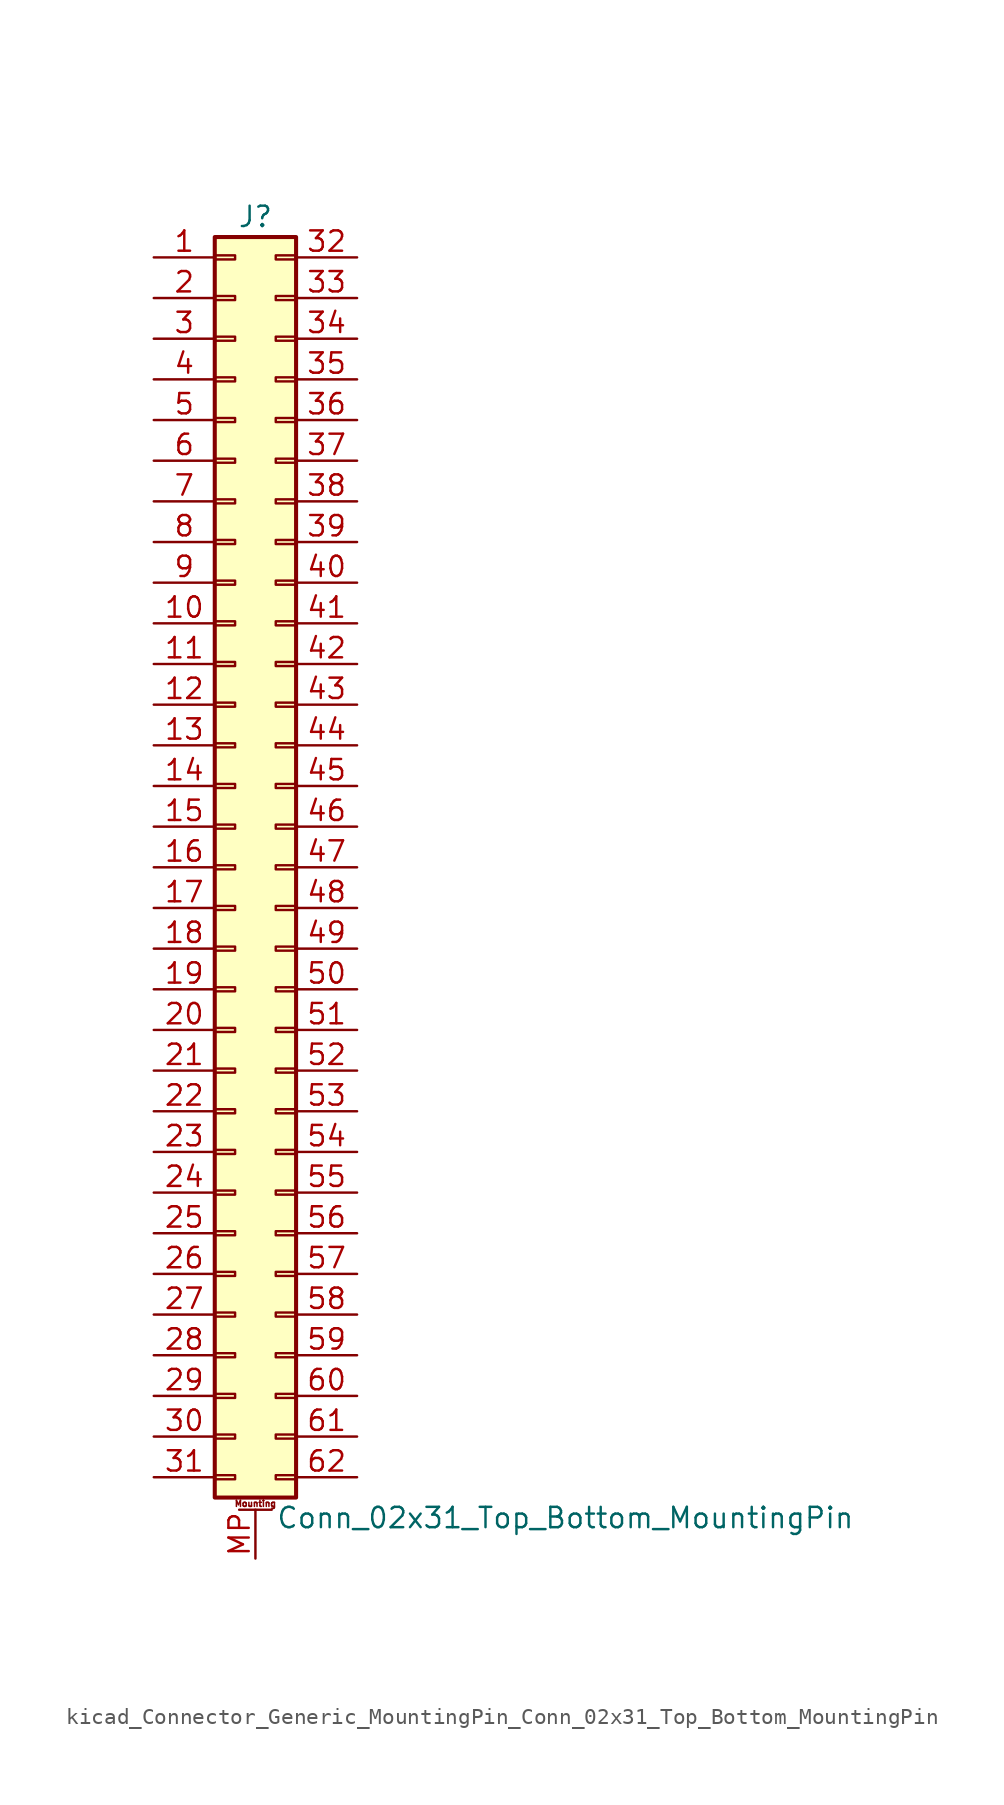
<source format=kicad_sym>
(kicad_symbol_lib
  (version 20220914)
  (generator kicad_symbol_editor)
  (symbol "kicad_Connector_Generic_MountingPin_Conn_02x31_Top_Bottom_MountingPin"
    (pin_names
      (offset 1.016) hide)
    (property "Reference" "J"
      (at 1.27 40.64 0)
      (effects (font (size 1.27 1.27))))
    (property "Value" "Conn_02x31_Top_Bottom_MountingPin"
      (at 2.54 -40.64 0)
      (effects (font (size 1.27 1.27)) (justify left)))
    (symbol "kicad_Connector_Generic_MountingPin_Conn_02x31_Top_Bottom_MountingPin_1_1"
      (rectangle (start -1.27 -37.973) (end 0 -38.227) (stroke (width 0.152) (type default)) (fill (type none)))
      (rectangle (start -1.27 -35.433) (end 0 -35.687) (stroke (width 0.152) (type default)) (fill (type none)))
      (rectangle (start -1.27 -32.893) (end 0 -33.147) (stroke (width 0.152) (type default)) (fill (type none)))
      (rectangle (start -1.27 -30.353) (end 0 -30.607) (stroke (width 0.152) (type default)) (fill (type none)))
      (rectangle (start -1.27 -27.813) (end 0 -28.067) (stroke (width 0.152) (type default)) (fill (type none)))
      (rectangle (start -1.27 -25.273) (end 0 -25.527) (stroke (width 0.152) (type default)) (fill (type none)))
      (rectangle (start -1.27 -22.733) (end 0 -22.987) (stroke (width 0.152) (type default)) (fill (type none)))
      (rectangle (start -1.27 -20.193) (end 0 -20.447) (stroke (width 0.152) (type default)) (fill (type none)))
      (rectangle (start -1.27 -17.653) (end 0 -17.907) (stroke (width 0.152) (type default)) (fill (type none)))
      (rectangle (start -1.27 -15.113) (end 0 -15.367) (stroke (width 0.152) (type default)) (fill (type none)))
      (rectangle (start -1.27 -12.573) (end 0 -12.827) (stroke (width 0.152) (type default)) (fill (type none)))
      (rectangle (start -1.27 -10.033) (end 0 -10.287) (stroke (width 0.152) (type default)) (fill (type none)))
      (rectangle (start -1.27 -7.493) (end 0 -7.747) (stroke (width 0.152) (type default)) (fill (type none)))
      (rectangle (start -1.27 -4.953) (end 0 -5.207) (stroke (width 0.152) (type default)) (fill (type none)))
      (rectangle (start -1.27 -2.413) (end 0 -2.667) (stroke (width 0.152) (type default)) (fill (type none)))
      (rectangle (start -1.27 0.127) (end 0 -0.127) (stroke (width 0.152) (type default)) (fill (type none)))
      (rectangle (start -1.27 2.667) (end 0 2.413) (stroke (width 0.152) (type default)) (fill (type none)))
      (rectangle (start -1.27 5.207) (end 0 4.953) (stroke (width 0.152) (type default)) (fill (type none)))
      (rectangle (start -1.27 7.747) (end 0 7.493) (stroke (width 0.152) (type default)) (fill (type none)))
      (rectangle (start -1.27 10.287) (end 0 10.033) (stroke (width 0.152) (type default)) (fill (type none)))
      (rectangle (start -1.27 12.827) (end 0 12.573) (stroke (width 0.152) (type default)) (fill (type none)))
      (rectangle (start -1.27 15.367) (end 0 15.113) (stroke (width 0.152) (type default)) (fill (type none)))
      (rectangle (start -1.27 17.907) (end 0 17.653) (stroke (width 0.152) (type default)) (fill (type none)))
      (rectangle (start -1.27 20.447) (end 0 20.193) (stroke (width 0.152) (type default)) (fill (type none)))
      (rectangle (start -1.27 22.987) (end 0 22.733) (stroke (width 0.152) (type default)) (fill (type none)))
      (rectangle (start -1.27 25.527) (end 0 25.273) (stroke (width 0.152) (type default)) (fill (type none)))
      (rectangle (start -1.27 28.067) (end 0 27.813) (stroke (width 0.152) (type default)) (fill (type none)))
      (rectangle (start -1.27 30.607) (end 0 30.353) (stroke (width 0.152) (type default)) (fill (type none)))
      (rectangle (start -1.27 33.147) (end 0 32.893) (stroke (width 0.152) (type default)) (fill (type none)))
      (rectangle (start -1.27 35.687) (end 0 35.433) (stroke (width 0.152) (type default)) (fill (type none)))
      (rectangle (start -1.27 38.227) (end 0 37.973) (stroke (width 0.152) (type default)) (fill (type none)))
      (rectangle (start -1.27 39.37) (end 3.81 -39.37) (stroke (width 0.254) (type default)) (fill (type background)))
      (polyline (pts (xy 0.254 -40.132) (xy 2.286 -40.132)) (stroke (width 0.152) (type default)) (fill (type none)))
      (rectangle (start 3.81 -37.973) (end 2.54 -38.227) (stroke (width 0.152) (type default)) (fill (type none)))
      (rectangle (start 3.81 -35.433) (end 2.54 -35.687) (stroke (width 0.152) (type default)) (fill (type none)))
      (rectangle (start 3.81 -32.893) (end 2.54 -33.147) (stroke (width 0.152) (type default)) (fill (type none)))
      (rectangle (start 3.81 -30.353) (end 2.54 -30.607) (stroke (width 0.152) (type default)) (fill (type none)))
      (rectangle (start 3.81 -27.813) (end 2.54 -28.067) (stroke (width 0.152) (type default)) (fill (type none)))
      (rectangle (start 3.81 -25.273) (end 2.54 -25.527) (stroke (width 0.152) (type default)) (fill (type none)))
      (rectangle (start 3.81 -22.733) (end 2.54 -22.987) (stroke (width 0.152) (type default)) (fill (type none)))
      (rectangle (start 3.81 -20.193) (end 2.54 -20.447) (stroke (width 0.152) (type default)) (fill (type none)))
      (rectangle (start 3.81 -17.653) (end 2.54 -17.907) (stroke (width 0.152) (type default)) (fill (type none)))
      (rectangle (start 3.81 -15.113) (end 2.54 -15.367) (stroke (width 0.152) (type default)) (fill (type none)))
      (rectangle (start 3.81 -12.573) (end 2.54 -12.827) (stroke (width 0.152) (type default)) (fill (type none)))
      (rectangle (start 3.81 -10.033) (end 2.54 -10.287) (stroke (width 0.152) (type default)) (fill (type none)))
      (rectangle (start 3.81 -7.493) (end 2.54 -7.747) (stroke (width 0.152) (type default)) (fill (type none)))
      (rectangle (start 3.81 -4.953) (end 2.54 -5.207) (stroke (width 0.152) (type default)) (fill (type none)))
      (rectangle (start 3.81 -2.413) (end 2.54 -2.667) (stroke (width 0.152) (type default)) (fill (type none)))
      (rectangle (start 3.81 0.127) (end 2.54 -0.127) (stroke (width 0.152) (type default)) (fill (type none)))
      (rectangle (start 3.81 2.667) (end 2.54 2.413) (stroke (width 0.152) (type default)) (fill (type none)))
      (rectangle (start 3.81 5.207) (end 2.54 4.953) (stroke (width 0.152) (type default)) (fill (type none)))
      (rectangle (start 3.81 7.747) (end 2.54 7.493) (stroke (width 0.152) (type default)) (fill (type none)))
      (rectangle (start 3.81 10.287) (end 2.54 10.033) (stroke (width 0.152) (type default)) (fill (type none)))
      (rectangle (start 3.81 12.827) (end 2.54 12.573) (stroke (width 0.152) (type default)) (fill (type none)))
      (rectangle (start 3.81 15.367) (end 2.54 15.113) (stroke (width 0.152) (type default)) (fill (type none)))
      (rectangle (start 3.81 17.907) (end 2.54 17.653) (stroke (width 0.152) (type default)) (fill (type none)))
      (rectangle (start 3.81 20.447) (end 2.54 20.193) (stroke (width 0.152) (type default)) (fill (type none)))
      (rectangle (start 3.81 22.987) (end 2.54 22.733) (stroke (width 0.152) (type default)) (fill (type none)))
      (rectangle (start 3.81 25.527) (end 2.54 25.273) (stroke (width 0.152) (type default)) (fill (type none)))
      (rectangle (start 3.81 28.067) (end 2.54 27.813) (stroke (width 0.152) (type default)) (fill (type none)))
      (rectangle (start 3.81 30.607) (end 2.54 30.353) (stroke (width 0.152) (type default)) (fill (type none)))
      (rectangle (start 3.81 33.147) (end 2.54 32.893) (stroke (width 0.152) (type default)) (fill (type none)))
      (rectangle (start 3.81 35.687) (end 2.54 35.433) (stroke (width 0.152) (type default)) (fill (type none)))
      (rectangle (start 3.81 38.227) (end 2.54 37.973) (stroke (width 0.152) (type default)) (fill (type none)))
      (text "Mounting" (at 1.27 -39.751 0) (effects (font (size 0.381 0.381))))
      (pin passive line (at -5.08 38.1 0) (length 3.81) (name "Pin_1" (effects (font (size 1.27 1.27)))) (number "1" (effects (font (size 1.27 1.27)))))
      (pin passive line (at -5.08 15.24 0) (length 3.81) (name "Pin_10" (effects (font (size 1.27 1.27)))) (number "10" (effects (font (size 1.27 1.27)))))
      (pin passive line (at -5.08 12.7 0) (length 3.81) (name "Pin_11" (effects (font (size 1.27 1.27)))) (number "11" (effects (font (size 1.27 1.27)))))
      (pin passive line (at -5.08 10.16 0) (length 3.81) (name "Pin_12" (effects (font (size 1.27 1.27)))) (number "12" (effects (font (size 1.27 1.27)))))
      (pin passive line (at -5.08 7.62 0) (length 3.81) (name "Pin_13" (effects (font (size 1.27 1.27)))) (number "13" (effects (font (size 1.27 1.27)))))
      (pin passive line (at -5.08 5.08 0) (length 3.81) (name "Pin_14" (effects (font (size 1.27 1.27)))) (number "14" (effects (font (size 1.27 1.27)))))
      (pin passive line (at -5.08 2.54 0) (length 3.81) (name "Pin_15" (effects (font (size 1.27 1.27)))) (number "15" (effects (font (size 1.27 1.27)))))
      (pin passive line (at -5.08 0 0) (length 3.81) (name "Pin_16" (effects (font (size 1.27 1.27)))) (number "16" (effects (font (size 1.27 1.27)))))
      (pin passive line (at -5.08 -2.54 0) (length 3.81) (name "Pin_17" (effects (font (size 1.27 1.27)))) (number "17" (effects (font (size 1.27 1.27)))))
      (pin passive line (at -5.08 -5.08 0) (length 3.81) (name "Pin_18" (effects (font (size 1.27 1.27)))) (number "18" (effects (font (size 1.27 1.27)))))
      (pin passive line (at -5.08 -7.62 0) (length 3.81) (name "Pin_19" (effects (font (size 1.27 1.27)))) (number "19" (effects (font (size 1.27 1.27)))))
      (pin passive line (at -5.08 35.56 0) (length 3.81) (name "Pin_2" (effects (font (size 1.27 1.27)))) (number "2" (effects (font (size 1.27 1.27)))))
      (pin passive line (at -5.08 -10.16 0) (length 3.81) (name "Pin_20" (effects (font (size 1.27 1.27)))) (number "20" (effects (font (size 1.27 1.27)))))
      (pin passive line (at -5.08 -12.7 0) (length 3.81) (name "Pin_21" (effects (font (size 1.27 1.27)))) (number "21" (effects (font (size 1.27 1.27)))))
      (pin passive line (at -5.08 -15.24 0) (length 3.81) (name "Pin_22" (effects (font (size 1.27 1.27)))) (number "22" (effects (font (size 1.27 1.27)))))
      (pin passive line (at -5.08 -17.78 0) (length 3.81) (name "Pin_23" (effects (font (size 1.27 1.27)))) (number "23" (effects (font (size 1.27 1.27)))))
      (pin passive line (at -5.08 -20.32 0) (length 3.81) (name "Pin_24" (effects (font (size 1.27 1.27)))) (number "24" (effects (font (size 1.27 1.27)))))
      (pin passive line (at -5.08 -22.86 0) (length 3.81) (name "Pin_25" (effects (font (size 1.27 1.27)))) (number "25" (effects (font (size 1.27 1.27)))))
      (pin passive line (at -5.08 -25.4 0) (length 3.81) (name "Pin_26" (effects (font (size 1.27 1.27)))) (number "26" (effects (font (size 1.27 1.27)))))
      (pin passive line (at -5.08 -27.94 0) (length 3.81) (name "Pin_27" (effects (font (size 1.27 1.27)))) (number "27" (effects (font (size 1.27 1.27)))))
      (pin passive line (at -5.08 -30.48 0) (length 3.81) (name "Pin_28" (effects (font (size 1.27 1.27)))) (number "28" (effects (font (size 1.27 1.27)))))
      (pin passive line (at -5.08 -33.02 0) (length 3.81) (name "Pin_29" (effects (font (size 1.27 1.27)))) (number "29" (effects (font (size 1.27 1.27)))))
      (pin passive line (at -5.08 33.02 0) (length 3.81) (name "Pin_3" (effects (font (size 1.27 1.27)))) (number "3" (effects (font (size 1.27 1.27)))))
      (pin passive line (at -5.08 -35.56 0) (length 3.81) (name "Pin_30" (effects (font (size 1.27 1.27)))) (number "30" (effects (font (size 1.27 1.27)))))
      (pin passive line (at -5.08 -38.1 0) (length 3.81) (name "Pin_31" (effects (font (size 1.27 1.27)))) (number "31" (effects (font (size 1.27 1.27)))))
      (pin passive line (at 7.62 38.1 180) (length 3.81) (name "Pin_32" (effects (font (size 1.27 1.27)))) (number "32" (effects (font (size 1.27 1.27)))))
      (pin passive line (at 7.62 35.56 180) (length 3.81) (name "Pin_33" (effects (font (size 1.27 1.27)))) (number "33" (effects (font (size 1.27 1.27)))))
      (pin passive line (at 7.62 33.02 180) (length 3.81) (name "Pin_34" (effects (font (size 1.27 1.27)))) (number "34" (effects (font (size 1.27 1.27)))))
      (pin passive line (at 7.62 30.48 180) (length 3.81) (name "Pin_35" (effects (font (size 1.27 1.27)))) (number "35" (effects (font (size 1.27 1.27)))))
      (pin passive line (at 7.62 27.94 180) (length 3.81) (name "Pin_36" (effects (font (size 1.27 1.27)))) (number "36" (effects (font (size 1.27 1.27)))))
      (pin passive line (at 7.62 25.4 180) (length 3.81) (name "Pin_37" (effects (font (size 1.27 1.27)))) (number "37" (effects (font (size 1.27 1.27)))))
      (pin passive line (at 7.62 22.86 180) (length 3.81) (name "Pin_38" (effects (font (size 1.27 1.27)))) (number "38" (effects (font (size 1.27 1.27)))))
      (pin passive line (at 7.62 20.32 180) (length 3.81) (name "Pin_39" (effects (font (size 1.27 1.27)))) (number "39" (effects (font (size 1.27 1.27)))))
      (pin passive line (at -5.08 30.48 0) (length 3.81) (name "Pin_4" (effects (font (size 1.27 1.27)))) (number "4" (effects (font (size 1.27 1.27)))))
      (pin passive line (at 7.62 17.78 180) (length 3.81) (name "Pin_40" (effects (font (size 1.27 1.27)))) (number "40" (effects (font (size 1.27 1.27)))))
      (pin passive line (at 7.62 15.24 180) (length 3.81) (name "Pin_41" (effects (font (size 1.27 1.27)))) (number "41" (effects (font (size 1.27 1.27)))))
      (pin passive line (at 7.62 12.7 180) (length 3.81) (name "Pin_42" (effects (font (size 1.27 1.27)))) (number "42" (effects (font (size 1.27 1.27)))))
      (pin passive line (at 7.62 10.16 180) (length 3.81) (name "Pin_43" (effects (font (size 1.27 1.27)))) (number "43" (effects (font (size 1.27 1.27)))))
      (pin passive line (at 7.62 7.62 180) (length 3.81) (name "Pin_44" (effects (font (size 1.27 1.27)))) (number "44" (effects (font (size 1.27 1.27)))))
      (pin passive line (at 7.62 5.08 180) (length 3.81) (name "Pin_45" (effects (font (size 1.27 1.27)))) (number "45" (effects (font (size 1.27 1.27)))))
      (pin passive line (at 7.62 2.54 180) (length 3.81) (name "Pin_46" (effects (font (size 1.27 1.27)))) (number "46" (effects (font (size 1.27 1.27)))))
      (pin passive line (at 7.62 0 180) (length 3.81) (name "Pin_47" (effects (font (size 1.27 1.27)))) (number "47" (effects (font (size 1.27 1.27)))))
      (pin passive line (at 7.62 -2.54 180) (length 3.81) (name "Pin_48" (effects (font (size 1.27 1.27)))) (number "48" (effects (font (size 1.27 1.27)))))
      (pin passive line (at 7.62 -5.08 180) (length 3.81) (name "Pin_49" (effects (font (size 1.27 1.27)))) (number "49" (effects (font (size 1.27 1.27)))))
      (pin passive line (at -5.08 27.94 0) (length 3.81) (name "Pin_5" (effects (font (size 1.27 1.27)))) (number "5" (effects (font (size 1.27 1.27)))))
      (pin passive line (at 7.62 -7.62 180) (length 3.81) (name "Pin_50" (effects (font (size 1.27 1.27)))) (number "50" (effects (font (size 1.27 1.27)))))
      (pin passive line (at 7.62 -10.16 180) (length 3.81) (name "Pin_51" (effects (font (size 1.27 1.27)))) (number "51" (effects (font (size 1.27 1.27)))))
      (pin passive line (at 7.62 -12.7 180) (length 3.81) (name "Pin_52" (effects (font (size 1.27 1.27)))) (number "52" (effects (font (size 1.27 1.27)))))
      (pin passive line (at 7.62 -15.24 180) (length 3.81) (name "Pin_53" (effects (font (size 1.27 1.27)))) (number "53" (effects (font (size 1.27 1.27)))))
      (pin passive line (at 7.62 -17.78 180) (length 3.81) (name "Pin_54" (effects (font (size 1.27 1.27)))) (number "54" (effects (font (size 1.27 1.27)))))
      (pin passive line (at 7.62 -20.32 180) (length 3.81) (name "Pin_55" (effects (font (size 1.27 1.27)))) (number "55" (effects (font (size 1.27 1.27)))))
      (pin passive line (at 7.62 -22.86 180) (length 3.81) (name "Pin_56" (effects (font (size 1.27 1.27)))) (number "56" (effects (font (size 1.27 1.27)))))
      (pin passive line (at 7.62 -25.4 180) (length 3.81) (name "Pin_57" (effects (font (size 1.27 1.27)))) (number "57" (effects (font (size 1.27 1.27)))))
      (pin passive line (at 7.62 -27.94 180) (length 3.81) (name "Pin_58" (effects (font (size 1.27 1.27)))) (number "58" (effects (font (size 1.27 1.27)))))
      (pin passive line (at 7.62 -30.48 180) (length 3.81) (name "Pin_59" (effects (font (size 1.27 1.27)))) (number "59" (effects (font (size 1.27 1.27)))))
      (pin passive line (at -5.08 25.4 0) (length 3.81) (name "Pin_6" (effects (font (size 1.27 1.27)))) (number "6" (effects (font (size 1.27 1.27)))))
      (pin passive line (at 7.62 -33.02 180) (length 3.81) (name "Pin_60" (effects (font (size 1.27 1.27)))) (number "60" (effects (font (size 1.27 1.27)))))
      (pin passive line (at 7.62 -35.56 180) (length 3.81) (name "Pin_61" (effects (font (size 1.27 1.27)))) (number "61" (effects (font (size 1.27 1.27)))))
      (pin passive line (at 7.62 -38.1 180) (length 3.81) (name "Pin_62" (effects (font (size 1.27 1.27)))) (number "62" (effects (font (size 1.27 1.27)))))
      (pin passive line (at -5.08 22.86 0) (length 3.81) (name "Pin_7" (effects (font (size 1.27 1.27)))) (number "7" (effects (font (size 1.27 1.27)))))
      (pin passive line (at -5.08 20.32 0) (length 3.81) (name "Pin_8" (effects (font (size 1.27 1.27)))) (number "8" (effects (font (size 1.27 1.27)))))
      (pin passive line (at -5.08 17.78 0) (length 3.81) (name "Pin_9" (effects (font (size 1.27 1.27)))) (number "9" (effects (font (size 1.27 1.27)))))
      (pin passive line (at 1.27 -43.18 90) (length 3.048) (name "MountPin" (effects (font (size 1.27 1.27)))) (number "MP" (effects (font (size 1.27 1.27))))))))
</source>
